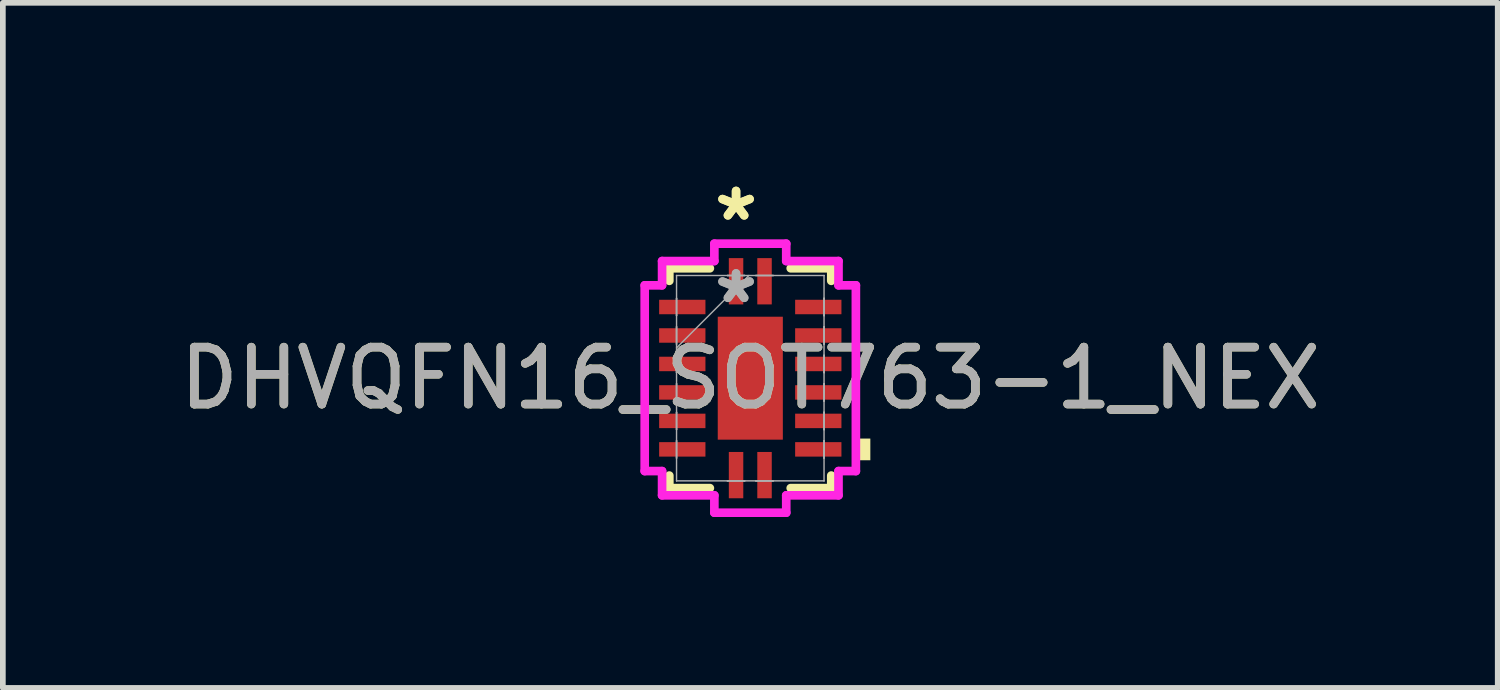
<source format=kicad_pcb>
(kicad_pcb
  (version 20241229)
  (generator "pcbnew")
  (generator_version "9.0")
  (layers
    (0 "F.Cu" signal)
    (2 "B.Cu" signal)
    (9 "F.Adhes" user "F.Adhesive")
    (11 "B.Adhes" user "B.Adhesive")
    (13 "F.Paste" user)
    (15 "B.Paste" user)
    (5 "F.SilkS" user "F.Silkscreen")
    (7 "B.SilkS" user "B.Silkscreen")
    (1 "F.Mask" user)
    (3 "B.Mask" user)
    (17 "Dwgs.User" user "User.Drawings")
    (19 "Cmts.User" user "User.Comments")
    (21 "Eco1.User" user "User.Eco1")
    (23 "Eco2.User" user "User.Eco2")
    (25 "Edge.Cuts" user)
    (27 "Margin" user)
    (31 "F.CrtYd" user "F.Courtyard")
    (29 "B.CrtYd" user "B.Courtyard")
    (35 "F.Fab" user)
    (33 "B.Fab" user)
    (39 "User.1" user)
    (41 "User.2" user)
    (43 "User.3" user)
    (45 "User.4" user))
  (footprint "DHVQFN16_SOT763-1_NEX"
    (layer "F.Cu")
    (at 10.125 3.591)
    (property "Reference" "DHVQFN16_SOT763-1_NEX" (at 0 0 0) (unlocked yes) (layer "F.SilkS") (effects (font (size 1 1) (thickness 0.15))))
    (attr smd)
    (fp_line (start -1.422 -1.93) (end -1.422 -1.71) (stroke (width 0.152) (type solid)) (layer "F.SilkS"))
    (fp_line (start -1.422 1.71) (end -1.422 1.93) (stroke (width 0.152) (type solid)) (layer "F.SilkS"))
    (fp_line (start -1.422 1.93) (end -0.71 1.93) (stroke (width 0.152) (type solid)) (layer "F.SilkS"))
    (fp_line (start -0.71 -1.93) (end -1.422 -1.93) (stroke (width 0.152) (type solid)) (layer "F.SilkS"))
    (fp_line (start 0.71 1.93) (end 1.422 1.93) (stroke (width 0.152) (type solid)) (layer "F.SilkS"))
    (fp_line (start 1.422 -1.93) (end 0.71 -1.93) (stroke (width 0.152) (type solid)) (layer "F.SilkS"))
    (fp_line (start 1.422 -1.71) (end 1.422 -1.93) (stroke (width 0.152) (type solid)) (layer "F.SilkS"))
    (fp_line (start 1.422 1.93) (end 1.422 1.71) (stroke (width 0.152) (type solid)) (layer "F.SilkS"))
    (fp_poly (pts (xy 2.108 1.06) (xy 2.108 1.441) (xy 1.854 1.441) (xy 1.854 1.06)) (stroke (width 0) (type solid)) (fill yes) (layer "F.SilkS"))
    (fp_line (start -1.854 -1.631) (end -1.549 -1.631) (stroke (width 0.152) (type solid)) (layer "F.CrtYd"))
    (fp_line (start -1.854 1.631) (end -1.854 -1.631) (stroke (width 0.152) (type solid)) (layer "F.CrtYd"))
    (fp_line (start -1.549 -2.057) (end -0.631 -2.057) (stroke (width 0.152) (type solid)) (layer "F.CrtYd"))
    (fp_line (start -1.549 -1.631) (end -1.549 -2.057) (stroke (width 0.152) (type solid)) (layer "F.CrtYd"))
    (fp_line (start -1.549 1.631) (end -1.854 1.631) (stroke (width 0.152) (type solid)) (layer "F.CrtYd"))
    (fp_line (start -1.549 2.057) (end -1.549 1.631) (stroke (width 0.152) (type solid)) (layer "F.CrtYd"))
    (fp_line (start -0.631 -2.362) (end 0.631 -2.362) (stroke (width 0.152) (type solid)) (layer "F.CrtYd"))
    (fp_line (start -0.631 -2.057) (end -0.631 -2.362) (stroke (width 0.152) (type solid)) (layer "F.CrtYd"))
    (fp_line (start -0.631 2.057) (end -1.549 2.057) (stroke (width 0.152) (type solid)) (layer "F.CrtYd"))
    (fp_line (start -0.631 2.362) (end -0.631 2.057) (stroke (width 0.152) (type solid)) (layer "F.CrtYd"))
    (fp_line (start 0.631 -2.362) (end 0.631 -2.057) (stroke (width 0.152) (type solid)) (layer "F.CrtYd"))
    (fp_line (start 0.631 -2.057) (end 1.549 -2.057) (stroke (width 0.152) (type solid)) (layer "F.CrtYd"))
    (fp_line (start 0.631 2.057) (end 0.631 2.362) (stroke (width 0.152) (type solid)) (layer "F.CrtYd"))
    (fp_line (start 0.631 2.362) (end -0.631 2.362) (stroke (width 0.152) (type solid)) (layer "F.CrtYd"))
    (fp_line (start 1.549 -2.057) (end 1.549 -1.631) (stroke (width 0.152) (type solid)) (layer "F.CrtYd"))
    (fp_line (start 1.549 -1.631) (end 1.854 -1.631) (stroke (width 0.152) (type solid)) (layer "F.CrtYd"))
    (fp_line (start 1.549 1.631) (end 1.549 2.057) (stroke (width 0.152) (type solid)) (layer "F.CrtYd"))
    (fp_line (start 1.549 2.057) (end 0.631 2.057) (stroke (width 0.152) (type solid)) (layer "F.CrtYd"))
    (fp_line (start 1.854 -1.631) (end 1.854 1.631) (stroke (width 0.152) (type solid)) (layer "F.CrtYd"))
    (fp_line (start 1.854 1.631) (end 1.549 1.631) (stroke (width 0.152) (type solid)) (layer "F.CrtYd"))
    (fp_line (start -1.295 -1.803) (end -1.295 -1.803) (stroke (width 0.025) (type solid)) (layer "F.Fab"))
    (fp_line (start -1.295 -1.803) (end -1.295 1.803) (stroke (width 0.025) (type solid)) (layer "F.Fab"))
    (fp_line (start -1.295 -1.403) (end -1.295 -1.403) (stroke (width 0.025) (type solid)) (layer "F.Fab"))
    (fp_line (start -1.295 -1.403) (end -1.295 -1.098) (stroke (width 0.025) (type solid)) (layer "F.Fab"))
    (fp_line (start -1.295 -1.098) (end -1.295 -1.403) (stroke (width 0.025) (type solid)) (layer "F.Fab"))
    (fp_line (start -1.295 -1.098) (end -1.295 -1.098) (stroke (width 0.025) (type solid)) (layer "F.Fab"))
    (fp_line (start -1.295 -0.903) (end -1.295 -0.903) (stroke (width 0.025) (type solid)) (layer "F.Fab"))
    (fp_line (start -1.295 -0.903) (end -1.295 -0.598) (stroke (width 0.025) (type solid)) (layer "F.Fab"))
    (fp_line (start -1.295 -0.598) (end -1.295 -0.903) (stroke (width 0.025) (type solid)) (layer "F.Fab"))
    (fp_line (start -1.295 -0.598) (end -1.295 -0.598) (stroke (width 0.025) (type solid)) (layer "F.Fab"))
    (fp_line (start -1.295 -0.533) (end -0.025 -1.803) (stroke (width 0.025) (type solid)) (layer "F.Fab"))
    (fp_line (start -1.295 -0.402) (end -1.295 -0.402) (stroke (width 0.025) (type solid)) (layer "F.Fab"))
    (fp_line (start -1.295 -0.402) (end -1.295 -0.098) (stroke (width 0.025) (type solid)) (layer "F.Fab"))
    (fp_line (start -1.295 -0.098) (end -1.295 -0.402) (stroke (width 0.025) (type solid)) (layer "F.Fab"))
    (fp_line (start -1.295 -0.098) (end -1.295 -0.098) (stroke (width 0.025) (type solid)) (layer "F.Fab"))
    (fp_line (start -1.295 0.098) (end -1.295 0.098) (stroke (width 0.025) (type solid)) (layer "F.Fab"))
    (fp_line (start -1.295 0.098) (end -1.295 0.402) (stroke (width 0.025) (type solid)) (layer "F.Fab"))
    (fp_line (start -1.295 0.402) (end -1.295 0.098) (stroke (width 0.025) (type solid)) (layer "F.Fab"))
    (fp_line (start -1.295 0.402) (end -1.295 0.402) (stroke (width 0.025) (type solid)) (layer "F.Fab"))
    (fp_line (start -1.295 0.598) (end -1.295 0.598) (stroke (width 0.025) (type solid)) (layer "F.Fab"))
    (fp_line (start -1.295 0.598) (end -1.295 0.903) (stroke (width 0.025) (type solid)) (layer "F.Fab"))
    (fp_line (start -1.295 0.903) (end -1.295 0.598) (stroke (width 0.025) (type solid)) (layer "F.Fab"))
    (fp_line (start -1.295 0.903) (end -1.295 0.903) (stroke (width 0.025) (type solid)) (layer "F.Fab"))
    (fp_line (start -1.295 1.098) (end -1.295 1.098) (stroke (width 0.025) (type solid)) (layer "F.Fab"))
    (fp_line (start -1.295 1.098) (end -1.295 1.403) (stroke (width 0.025) (type solid)) (layer "F.Fab"))
    (fp_line (start -1.295 1.403) (end -1.295 1.098) (stroke (width 0.025) (type solid)) (layer "F.Fab"))
    (fp_line (start -1.295 1.403) (end -1.295 1.403) (stroke (width 0.025) (type solid)) (layer "F.Fab"))
    (fp_line (start -1.295 1.803) (end -1.295 1.803) (stroke (width 0.025) (type solid)) (layer "F.Fab"))
    (fp_line (start -1.295 1.803) (end 1.295 1.803) (stroke (width 0.025) (type solid)) (layer "F.Fab"))
    (fp_line (start -0.402 -1.803) (end -0.402 -1.803) (stroke (width 0.025) (type solid)) (layer "F.Fab"))
    (fp_line (start -0.402 -1.803) (end -0.098 -1.803) (stroke (width 0.025) (type solid)) (layer "F.Fab"))
    (fp_line (start -0.402 1.803) (end -0.402 1.803) (stroke (width 0.025) (type solid)) (layer "F.Fab"))
    (fp_line (start -0.402 1.803) (end -0.098 1.803) (stroke (width 0.025) (type solid)) (layer "F.Fab"))
    (fp_line (start -0.098 -1.803) (end -0.402 -1.803) (stroke (width 0.025) (type solid)) (layer "F.Fab"))
    (fp_line (start -0.098 -1.803) (end -0.098 -1.803) (stroke (width 0.025) (type solid)) (layer "F.Fab"))
    (fp_line (start -0.098 1.803) (end -0.402 1.803) (stroke (width 0.025) (type solid)) (layer "F.Fab"))
    (fp_line (start -0.098 1.803) (end -0.098 1.803) (stroke (width 0.025) (type solid)) (layer "F.Fab"))
    (fp_line (start 0.098 -1.803) (end 0.098 -1.803) (stroke (width 0.025) (type solid)) (layer "F.Fab"))
    (fp_line (start 0.098 -1.803) (end 0.402 -1.803) (stroke (width 0.025) (type solid)) (layer "F.Fab"))
    (fp_line (start 0.098 1.803) (end 0.098 1.803) (stroke (width 0.025) (type solid)) (layer "F.Fab"))
    (fp_line (start 0.098 1.803) (end 0.402 1.803) (stroke (width 0.025) (type solid)) (layer "F.Fab"))
    (fp_line (start 0.402 -1.803) (end 0.098 -1.803) (stroke (width 0.025) (type solid)) (layer "F.Fab"))
    (fp_line (start 0.402 -1.803) (end 0.402 -1.803) (stroke (width 0.025) (type solid)) (layer "F.Fab"))
    (fp_line (start 0.402 1.803) (end 0.098 1.803) (stroke (width 0.025) (type solid)) (layer "F.Fab"))
    (fp_line (start 0.402 1.803) (end 0.402 1.803) (stroke (width 0.025) (type solid)) (layer "F.Fab"))
    (fp_line (start 1.295 -1.803) (end -1.295 -1.803) (stroke (width 0.025) (type solid)) (layer "F.Fab"))
    (fp_line (start 1.295 -1.803) (end 1.295 -1.803) (stroke (width 0.025) (type solid)) (layer "F.Fab"))
    (fp_line (start 1.295 -1.403) (end 1.295 -1.403) (stroke (width 0.025) (type solid)) (layer "F.Fab"))
    (fp_line (start 1.295 -1.403) (end 1.295 -1.098) (stroke (width 0.025) (type solid)) (layer "F.Fab"))
    (fp_line (start 1.295 -1.098) (end 1.295 -1.403) (stroke (width 0.025) (type solid)) (layer "F.Fab"))
    (fp_line (start 1.295 -1.098) (end 1.295 -1.098) (stroke (width 0.025) (type solid)) (layer "F.Fab"))
    (fp_line (start 1.295 -0.903) (end 1.295 -0.903) (stroke (width 0.025) (type solid)) (layer "F.Fab"))
    (fp_line (start 1.295 -0.903) (end 1.295 -0.598) (stroke (width 0.025) (type solid)) (layer "F.Fab"))
    (fp_line (start 1.295 -0.598) (end 1.295 -0.903) (stroke (width 0.025) (type solid)) (layer "F.Fab"))
    (fp_line (start 1.295 -0.598) (end 1.295 -0.598) (stroke (width 0.025) (type solid)) (layer "F.Fab"))
    (fp_line (start 1.295 -0.402) (end 1.295 -0.402) (stroke (width 0.025) (type solid)) (layer "F.Fab"))
    (fp_line (start 1.295 -0.402) (end 1.295 -0.098) (stroke (width 0.025) (type solid)) (layer "F.Fab"))
    (fp_line (start 1.295 -0.098) (end 1.295 -0.402) (stroke (width 0.025) (type solid)) (layer "F.Fab"))
    (fp_line (start 1.295 -0.098) (end 1.295 -0.098) (stroke (width 0.025) (type solid)) (layer "F.Fab"))
    (fp_line (start 1.295 0.098) (end 1.295 0.098) (stroke (width 0.025) (type solid)) (layer "F.Fab"))
    (fp_line (start 1.295 0.098) (end 1.295 0.402) (stroke (width 0.025) (type solid)) (layer "F.Fab"))
    (fp_line (start 1.295 0.402) (end 1.295 0.098) (stroke (width 0.025) (type solid)) (layer "F.Fab"))
    (fp_line (start 1.295 0.402) (end 1.295 0.402) (stroke (width 0.025) (type solid)) (layer "F.Fab"))
    (fp_line (start 1.295 0.598) (end 1.295 0.598) (stroke (width 0.025) (type solid)) (layer "F.Fab"))
    (fp_line (start 1.295 0.598) (end 1.295 0.903) (stroke (width 0.025) (type solid)) (layer "F.Fab"))
    (fp_line (start 1.295 0.903) (end 1.295 0.598) (stroke (width 0.025) (type solid)) (layer "F.Fab"))
    (fp_line (start 1.295 0.903) (end 1.295 0.903) (stroke (width 0.025) (type solid)) (layer "F.Fab"))
    (fp_line (start 1.295 1.098) (end 1.295 1.098) (stroke (width 0.025) (type solid)) (layer "F.Fab"))
    (fp_line (start 1.295 1.098) (end 1.295 1.403) (stroke (width 0.025) (type solid)) (layer "F.Fab"))
    (fp_line (start 1.295 1.403) (end 1.295 1.098) (stroke (width 0.025) (type solid)) (layer "F.Fab"))
    (fp_line (start 1.295 1.403) (end 1.295 1.403) (stroke (width 0.025) (type solid)) (layer "F.Fab"))
    (fp_line (start 1.295 1.803) (end 1.295 -1.803) (stroke (width 0.025) (type solid)) (layer "F.Fab"))
    (fp_line (start 1.295 1.803) (end 1.295 1.803) (stroke (width 0.025) (type solid)) (layer "F.Fab"))
    (fp_text user "*" (at -0.25 -2.743 0) (unlocked yes) (layer "F.SilkS") (effects (font (size 1 1) (thickness 0.15))))
    (fp_text user "*" (at -0.25 -2.743 0) (layer "F.SilkS") (effects (font (size 1 1) (thickness 0.15))))
    (fp_text user "${REFERENCE}" (at 0 0 0) (unlocked yes) (layer "F.Fab") (effects (font (size 1 1) (thickness 0.15))))
    (fp_text user "*" (at -0.25 -1.295 0) (unlocked yes) (layer "F.Fab") (effects (font (size 1 1) (thickness 0.15))))
    (fp_text user "*" (at -0.25 -1.295 0) (layer "F.Fab") (effects (font (size 1 1) (thickness 0.15))))
    (pad "1" smd rect (at -0.25 -1.702) (size 0.254 0.813) (layers "F.Cu" "F.Mask" "F.Paste"))
    (pad "2" smd rect (at -1.194 -1.25 90) (size 0.254 0.813) (layers "F.Cu" "F.Mask" "F.Paste"))
    (pad "3" smd rect (at -1.194 -0.75 90) (size 0.254 0.813) (layers "F.Cu" "F.Mask" "F.Paste"))
    (pad "4" smd rect (at -1.194 -0.25 90) (size 0.254 0.813) (layers "F.Cu" "F.Mask" "F.Paste"))
    (pad "5" smd rect (at -1.194 0.25 90) (size 0.254 0.813) (layers "F.Cu" "F.Mask" "F.Paste"))
    (pad "6" smd rect (at -1.194 0.75 90) (size 0.254 0.813) (layers "F.Cu" "F.Mask" "F.Paste"))
    (pad "7" smd rect (at -1.194 1.25 90) (size 0.254 0.813) (layers "F.Cu" "F.Mask" "F.Paste"))
    (pad "8" smd rect (at -0.25 1.702) (size 0.254 0.813) (layers "F.Cu" "F.Mask" "F.Paste"))
    (pad "9" smd rect (at 0.25 1.702) (size 0.254 0.813) (layers "F.Cu" "F.Mask" "F.Paste"))
    (pad "10" smd rect (at 1.194 1.25 90) (size 0.254 0.813) (layers "F.Cu" "F.Mask" "F.Paste"))
    (pad "11" smd rect (at 1.194 0.75 90) (size 0.254 0.813) (layers "F.Cu" "F.Mask" "F.Paste"))
    (pad "12" smd rect (at 1.194 0.25 90) (size 0.254 0.813) (layers "F.Cu" "F.Mask" "F.Paste"))
    (pad "13" smd rect (at 1.194 -0.25 90) (size 0.254 0.813) (layers "F.Cu" "F.Mask" "F.Paste"))
    (pad "14" smd rect (at 1.194 -0.75 90) (size 0.254 0.813) (layers "F.Cu" "F.Mask" "F.Paste"))
    (pad "15" smd rect (at 1.194 -1.25 90) (size 0.254 0.813) (layers "F.Cu" "F.Mask" "F.Paste"))
    (pad "16" smd rect (at 0.25 -1.702) (size 0.254 0.813) (layers "F.Cu" "F.Mask" "F.Paste"))
    (pad "17" smd rect (at 0 0) (size 1.143 2.159) (layers "F.Cu" "F.Mask" "F.Paste")))
  (gr_rect
    (start -3 -3)
    (end 23.25 9.03)
    (stroke (width 0.1) (type default))
    (fill no)
    (layer "Edge.Cuts")))
</source>
